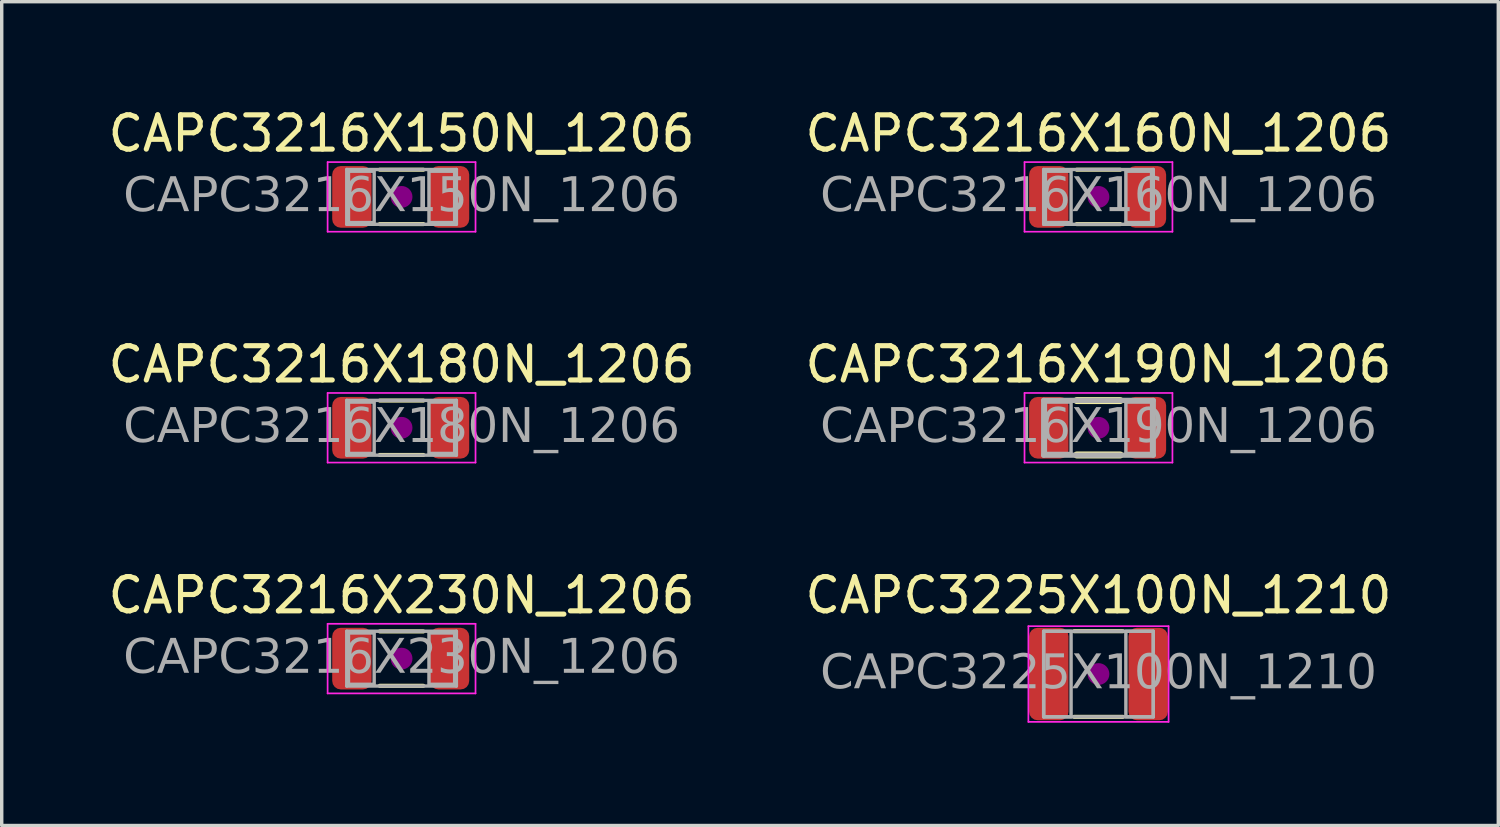
<source format=kicad_pcb>
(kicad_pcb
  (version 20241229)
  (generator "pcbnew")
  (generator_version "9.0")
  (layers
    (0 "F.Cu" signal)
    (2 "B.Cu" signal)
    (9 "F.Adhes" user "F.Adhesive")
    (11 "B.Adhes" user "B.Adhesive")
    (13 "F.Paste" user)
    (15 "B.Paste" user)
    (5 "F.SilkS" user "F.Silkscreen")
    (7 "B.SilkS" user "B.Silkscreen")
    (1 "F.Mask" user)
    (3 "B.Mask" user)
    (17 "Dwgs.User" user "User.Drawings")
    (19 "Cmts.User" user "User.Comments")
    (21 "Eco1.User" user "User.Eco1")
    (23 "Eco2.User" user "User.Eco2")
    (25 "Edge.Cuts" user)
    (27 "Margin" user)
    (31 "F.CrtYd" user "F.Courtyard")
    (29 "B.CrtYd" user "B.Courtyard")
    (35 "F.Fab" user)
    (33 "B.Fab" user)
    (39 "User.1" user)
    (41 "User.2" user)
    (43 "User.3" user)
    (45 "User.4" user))
  (footprint "CAPC3216X230N_1206"
    (layer "F.Cu")
    (at 8.673 16.177)
    (property "Reference" "CAPC3216X230N_1206" (at 0 -1.85 0) (layer "F.SilkS") (effects (font (size 1 1) (thickness 0.15))))
    (attr smd)
    (fp_line (start -0.635 -0.794) (end 0.635 -0.794) (stroke (width 0.12) (type solid)) (layer "F.SilkS"))
    (fp_line (start -0.635 0.794) (end 0.635 0.794) (stroke (width 0.12) (type solid)) (layer "F.SilkS"))
    (fp_circle (center 0 0) (end 0.318 0) (stroke (width 0) (type solid)) (fill yes) (layer "F.Adhes"))
    (fp_line (start -2.159 -1.016) (end 2.159 -1.016) (stroke (width 0.05) (type solid)) (layer "F.CrtYd"))
    (fp_line (start -2.159 1.016) (end -2.159 -1.016) (stroke (width 0.05) (type solid)) (layer "F.CrtYd"))
    (fp_line (start 2.159 -1.016) (end 2.159 1.016) (stroke (width 0.05) (type solid)) (layer "F.CrtYd"))
    (fp_line (start 2.159 1.016) (end -2.159 1.016) (stroke (width 0.05) (type solid)) (layer "F.CrtYd"))
    (fp_line (start -1.6 -0.8) (end 1.6 -0.8) (stroke (width 0.1) (type solid)) (layer "F.Fab"))
    (fp_line (start -1.6 0.8) (end -1.6 -0.8) (stroke (width 0.1) (type solid)) (layer "F.Fab"))
    (fp_line (start 1.6 -0.8) (end 1.6 0.8) (stroke (width 0.1) (type solid)) (layer "F.Fab"))
    (fp_line (start 1.6 0.8) (end -1.6 0.8) (stroke (width 0.1) (type solid)) (layer "F.Fab"))
    (fp_rect (start -0.8 0.75) (end -1.55 -0.75) (stroke (width 0.1) (type solid)) (fill no) (layer "F.Fab"))
    (fp_rect (start 0.8 -0.75) (end 1.55 0.75) (stroke (width 0.1) (type solid)) (fill no) (layer "F.Fab"))
    (fp_text user "${REFERENCE}" (at 0 0 0) (layer "F.Fab") (effects (font (face "Tahoma") (size 1 1) (thickness 0.15))))
    (pad "1" smd roundrect (at -1.45 0) (size 1.15 1.8) (layers "F.Cu" "F.Mask" "F.Paste") (roundrect_rratio 0.217))
    (pad "2" smd roundrect (at 1.4 0) (size 1.15 1.8) (layers "F.Cu" "F.Mask" "F.Paste") (roundrect_rratio 0.217)))
  (footprint "CAPC3216X160N_1206"
    (layer "F.Cu")
    (at 29.018 2.698)
    (property "Reference" "CAPC3216X160N_1206" (at 0 -1.85 0) (layer "F.SilkS") (effects (font (size 1 1) (thickness 0.15))))
    (attr smd)
    (fp_line (start -0.635 -0.794) (end 0.635 -0.794) (stroke (width 0.12) (type solid)) (layer "F.SilkS"))
    (fp_line (start -0.635 0.794) (end 0.635 0.794) (stroke (width 0.12) (type solid)) (layer "F.SilkS"))
    (fp_circle (center 0 0) (end 0.318 0) (stroke (width 0) (type solid)) (fill yes) (layer "F.Adhes"))
    (fp_line (start -2.159 -1.016) (end 2.159 -1.016) (stroke (width 0.05) (type solid)) (layer "F.CrtYd"))
    (fp_line (start -2.159 1.016) (end -2.159 -1.016) (stroke (width 0.05) (type solid)) (layer "F.CrtYd"))
    (fp_line (start 2.159 -1.016) (end 2.159 1.016) (stroke (width 0.05) (type solid)) (layer "F.CrtYd"))
    (fp_line (start 2.159 1.016) (end -2.159 1.016) (stroke (width 0.05) (type solid)) (layer "F.CrtYd"))
    (fp_line (start -1.6 -0.8) (end 1.6 -0.8) (stroke (width 0.1) (type solid)) (layer "F.Fab"))
    (fp_line (start -1.6 0.8) (end -1.6 -0.8) (stroke (width 0.1) (type solid)) (layer "F.Fab"))
    (fp_line (start 1.6 -0.8) (end 1.6 0.8) (stroke (width 0.1) (type solid)) (layer "F.Fab"))
    (fp_line (start 1.6 0.8) (end -1.6 0.8) (stroke (width 0.1) (type solid)) (layer "F.Fab"))
    (fp_rect (start -0.8 0.75) (end -1.55 -0.75) (stroke (width 0.1) (type solid)) (fill no) (layer "F.Fab"))
    (fp_rect (start 0.8 -0.75) (end 1.55 0.75) (stroke (width 0.1) (type solid)) (fill no) (layer "F.Fab"))
    (fp_text user "${REFERENCE}" (at 0 0 0) (layer "F.Fab") (effects (font (face "Tahoma") (size 1 1) (thickness 0.15))))
    (pad "1" smd roundrect (at -1.45 0) (size 1.15 1.8) (layers "F.Cu" "F.Mask" "F.Paste") (roundrect_rratio 0.217))
    (pad "2" smd roundrect (at 1.4 0) (size 1.15 1.8) (layers "F.Cu" "F.Mask" "F.Paste") (roundrect_rratio 0.217)))
  (footprint "CAPC3225X100N_1210"
    (layer "F.Cu")
    (at 29.018 16.627)
    (property "Reference" "CAPC3225X100N_1210" (at 0 -2.3 0) (layer "F.SilkS") (effects (font (size 1 1) (thickness 0.15))))
    (attr smd)
    (fp_line (start -0.711 -1.25) (end 0.711 -1.25) (stroke (width 0.12) (type solid)) (layer "F.SilkS"))
    (fp_line (start -0.711 1.25) (end 0.711 1.25) (stroke (width 0.12) (type solid)) (layer "F.SilkS"))
    (fp_circle (center 0 0) (end 0.318 0) (stroke (width 0) (type solid)) (fill yes) (layer "F.Adhes"))
    (fp_line (start -2.046 -1.397) (end 2.046 -1.397) (stroke (width 0.05) (type solid)) (layer "F.CrtYd"))
    (fp_line (start -2.046 1.397) (end -2.046 -1.397) (stroke (width 0.05) (type solid)) (layer "F.CrtYd"))
    (fp_line (start 2.046 -1.397) (end 2.046 1.397) (stroke (width 0.05) (type solid)) (layer "F.CrtYd"))
    (fp_line (start 2.046 1.397) (end -2.046 1.397) (stroke (width 0.05) (type solid)) (layer "F.CrtYd"))
    (fp_line (start -1.6 -1.25) (end 1.6 -1.25) (stroke (width 0.1) (type solid)) (layer "F.Fab"))
    (fp_line (start -1.6 1.25) (end -1.6 -1.25) (stroke (width 0.1) (type solid)) (layer "F.Fab"))
    (fp_line (start 1.6 -1.25) (end 1.6 1.25) (stroke (width 0.1) (type solid)) (layer "F.Fab"))
    (fp_line (start 1.6 1.25) (end -1.6 1.25) (stroke (width 0.1) (type solid)) (layer "F.Fab"))
    (fp_rect (start -1.6 -1.25) (end -0.8 1.25) (stroke (width 0.1) (type solid)) (fill no) (layer "F.Fab"))
    (fp_rect (start 0.8 -1.25) (end 1.6 1.25) (stroke (width 0.1) (type solid)) (fill no) (layer "F.Fab"))
    (fp_text user "${REFERENCE}" (at 0 0 0) (layer "F.Fab") (effects (font (face "Tahoma") (size 1 1) (thickness 0.15))))
    (pad "1" smd roundrect (at -1.45 0) (size 1.15 2.7) (layers "F.Cu" "F.Mask" "F.Paste") (roundrect_rratio 0.217))
    (pad "2" smd roundrect (at 1.45 0) (size 1.15 2.7) (layers "F.Cu" "F.Mask" "F.Paste") (roundrect_rratio 0.217)))
  (footprint "CAPC3216X190N_1206"
    (layer "F.Cu")
    (at 29.018 9.438)
    (property "Reference" "CAPC3216X190N_1206" (at 0 -1.85 0) (layer "F.SilkS") (effects (font (size 1 1) (thickness 0.15))))
    (attr smd)
    (fp_line (start -0.635 -0.794) (end 0.635 -0.794) (stroke (width 0.203) (type solid)) (layer "F.SilkS"))
    (fp_line (start -0.635 0.794) (end 0.635 0.794) (stroke (width 0.203) (type solid)) (layer "F.SilkS"))
    (fp_circle (center 0 0) (end 0.318 0) (stroke (width 0) (type solid)) (fill yes) (layer "F.Adhes"))
    (fp_line (start -2.159 -1.016) (end 2.159 -1.016) (stroke (width 0.05) (type solid)) (layer "F.CrtYd"))
    (fp_line (start -2.159 1.016) (end -2.159 -1.016) (stroke (width 0.05) (type solid)) (layer "F.CrtYd"))
    (fp_line (start 2.159 -1.016) (end 2.159 1.016) (stroke (width 0.05) (type solid)) (layer "F.CrtYd"))
    (fp_line (start 2.159 1.016) (end -2.159 1.016) (stroke (width 0.05) (type solid)) (layer "F.CrtYd"))
    (fp_line (start -1.6 -0.8) (end 1.6 -0.8) (stroke (width 0.152) (type solid)) (layer "F.Fab"))
    (fp_line (start -1.6 0.8) (end -1.6 -0.8) (stroke (width 0.152) (type solid)) (layer "F.Fab"))
    (fp_line (start 1.6 -0.8) (end 1.6 0.8) (stroke (width 0.152) (type solid)) (layer "F.Fab"))
    (fp_line (start 1.6 0.8) (end -1.6 0.8) (stroke (width 0.152) (type solid)) (layer "F.Fab"))
    (fp_rect (start -0.8 0.75) (end -1.55 -0.75) (stroke (width 0.1) (type solid)) (fill no) (layer "F.Fab"))
    (fp_rect (start 0.8 -0.75) (end 1.55 0.75) (stroke (width 0.1) (type solid)) (fill no) (layer "F.Fab"))
    (fp_text user "${REFERENCE}" (at 0 0 0) (layer "F.Fab") (effects (font (face "Tahoma") (size 1 1) (thickness 0.15))))
    (pad "1" smd roundrect (at -1.45 0) (size 1.15 1.8) (layers "F.Cu" "F.Mask" "F.Paste") (roundrect_rratio 0.217))
    (pad "2" smd roundrect (at 1.4 0) (size 1.15 1.8) (layers "F.Cu" "F.Mask" "F.Paste") (roundrect_rratio 0.217)))
  (footprint "CAPC3216X150N_1206"
    (layer "F.Cu")
    (at 8.673 2.698)
    (property "Reference" "CAPC3216X150N_1206" (at 0 -1.85 0) (layer "F.SilkS") (effects (font (size 1 1) (thickness 0.15))))
    (attr smd)
    (fp_line (start -0.635 -0.794) (end 0.635 -0.794) (stroke (width 0.12) (type solid)) (layer "F.SilkS"))
    (fp_line (start -0.635 0.794) (end 0.635 0.794) (stroke (width 0.12) (type solid)) (layer "F.SilkS"))
    (fp_circle (center 0 0) (end 0.318 0) (stroke (width 0) (type solid)) (fill yes) (layer "F.Adhes"))
    (fp_line (start -2.159 -1.016) (end 2.159 -1.016) (stroke (width 0.05) (type solid)) (layer "F.CrtYd"))
    (fp_line (start -2.159 1.016) (end -2.159 -1.016) (stroke (width 0.05) (type solid)) (layer "F.CrtYd"))
    (fp_line (start 2.159 -1.016) (end 2.159 1.016) (stroke (width 0.05) (type solid)) (layer "F.CrtYd"))
    (fp_line (start 2.159 1.016) (end -2.159 1.016) (stroke (width 0.05) (type solid)) (layer "F.CrtYd"))
    (fp_line (start -1.6 -0.8) (end 1.6 -0.8) (stroke (width 0.1) (type solid)) (layer "F.Fab"))
    (fp_line (start -1.6 0.8) (end -1.6 -0.8) (stroke (width 0.1) (type solid)) (layer "F.Fab"))
    (fp_line (start 1.6 -0.8) (end 1.6 0.8) (stroke (width 0.1) (type solid)) (layer "F.Fab"))
    (fp_line (start 1.6 0.8) (end -1.6 0.8) (stroke (width 0.1) (type solid)) (layer "F.Fab"))
    (fp_rect (start -0.8 0.75) (end -1.55 -0.75) (stroke (width 0.1) (type solid)) (fill no) (layer "F.Fab"))
    (fp_rect (start 0.8 -0.75) (end 1.55 0.75) (stroke (width 0.1) (type solid)) (fill no) (layer "F.Fab"))
    (fp_text user "${REFERENCE}" (at 0 0 0) (layer "F.Fab") (effects (font (face "Tahoma") (size 1 1) (thickness 0.15))))
    (pad "1" smd roundrect (at -1.45 0) (size 1.15 1.8) (layers "F.Cu" "F.Mask" "F.Paste") (roundrect_rratio 0.217))
    (pad "2" smd roundrect (at 1.4 0) (size 1.15 1.8) (layers "F.Cu" "F.Mask" "F.Paste") (roundrect_rratio 0.217)))
  (footprint "CAPC3216X180N_1206"
    (layer "F.Cu")
    (at 8.673 9.438)
    (property "Reference" "CAPC3216X180N_1206" (at 0 -1.85 0) (layer "F.SilkS") (effects (font (size 1 1) (thickness 0.15))))
    (attr smd)
    (fp_line (start -0.635 -0.794) (end 0.635 -0.794) (stroke (width 0.12) (type solid)) (layer "F.SilkS"))
    (fp_line (start -0.635 0.794) (end 0.635 0.794) (stroke (width 0.12) (type solid)) (layer "F.SilkS"))
    (fp_circle (center 0 0) (end 0.318 0) (stroke (width 0) (type solid)) (fill yes) (layer "F.Adhes"))
    (fp_line (start -2.159 -1.016) (end 2.159 -1.016) (stroke (width 0.05) (type solid)) (layer "F.CrtYd"))
    (fp_line (start -2.159 1.016) (end -2.159 -1.016) (stroke (width 0.05) (type solid)) (layer "F.CrtYd"))
    (fp_line (start 2.159 -1.016) (end 2.159 1.016) (stroke (width 0.05) (type solid)) (layer "F.CrtYd"))
    (fp_line (start 2.159 1.016) (end -2.159 1.016) (stroke (width 0.05) (type solid)) (layer "F.CrtYd"))
    (fp_line (start -1.6 -0.8) (end 1.6 -0.8) (stroke (width 0.1) (type solid)) (layer "F.Fab"))
    (fp_line (start -1.6 0.8) (end -1.6 -0.8) (stroke (width 0.1) (type solid)) (layer "F.Fab"))
    (fp_line (start 1.6 -0.8) (end 1.6 0.8) (stroke (width 0.1) (type solid)) (layer "F.Fab"))
    (fp_line (start 1.6 0.8) (end -1.6 0.8) (stroke (width 0.1) (type solid)) (layer "F.Fab"))
    (fp_rect (start -0.8 0.75) (end -1.55 -0.75) (stroke (width 0.1) (type solid)) (fill no) (layer "F.Fab"))
    (fp_rect (start 0.8 -0.75) (end 1.55 0.75) (stroke (width 0.1) (type solid)) (fill no) (layer "F.Fab"))
    (fp_text user "${REFERENCE}" (at 0 0 0) (layer "F.Fab") (effects (font (face "Tahoma") (size 1 1) (thickness 0.15))))
    (pad "1" smd roundrect (at -1.45 0) (size 1.15 1.8) (layers "F.Cu" "F.Mask" "F.Paste") (roundrect_rratio 0.217))
    (pad "2" smd roundrect (at 1.4 0) (size 1.15 1.8) (layers "F.Cu" "F.Mask" "F.Paste") (roundrect_rratio 0.217)))
  (gr_rect
    (start -3 -3)
    (end 40.69 21.049)
    (stroke (width 0.1) (type default))
    (fill no)
    (layer "Edge.Cuts")))
</source>
